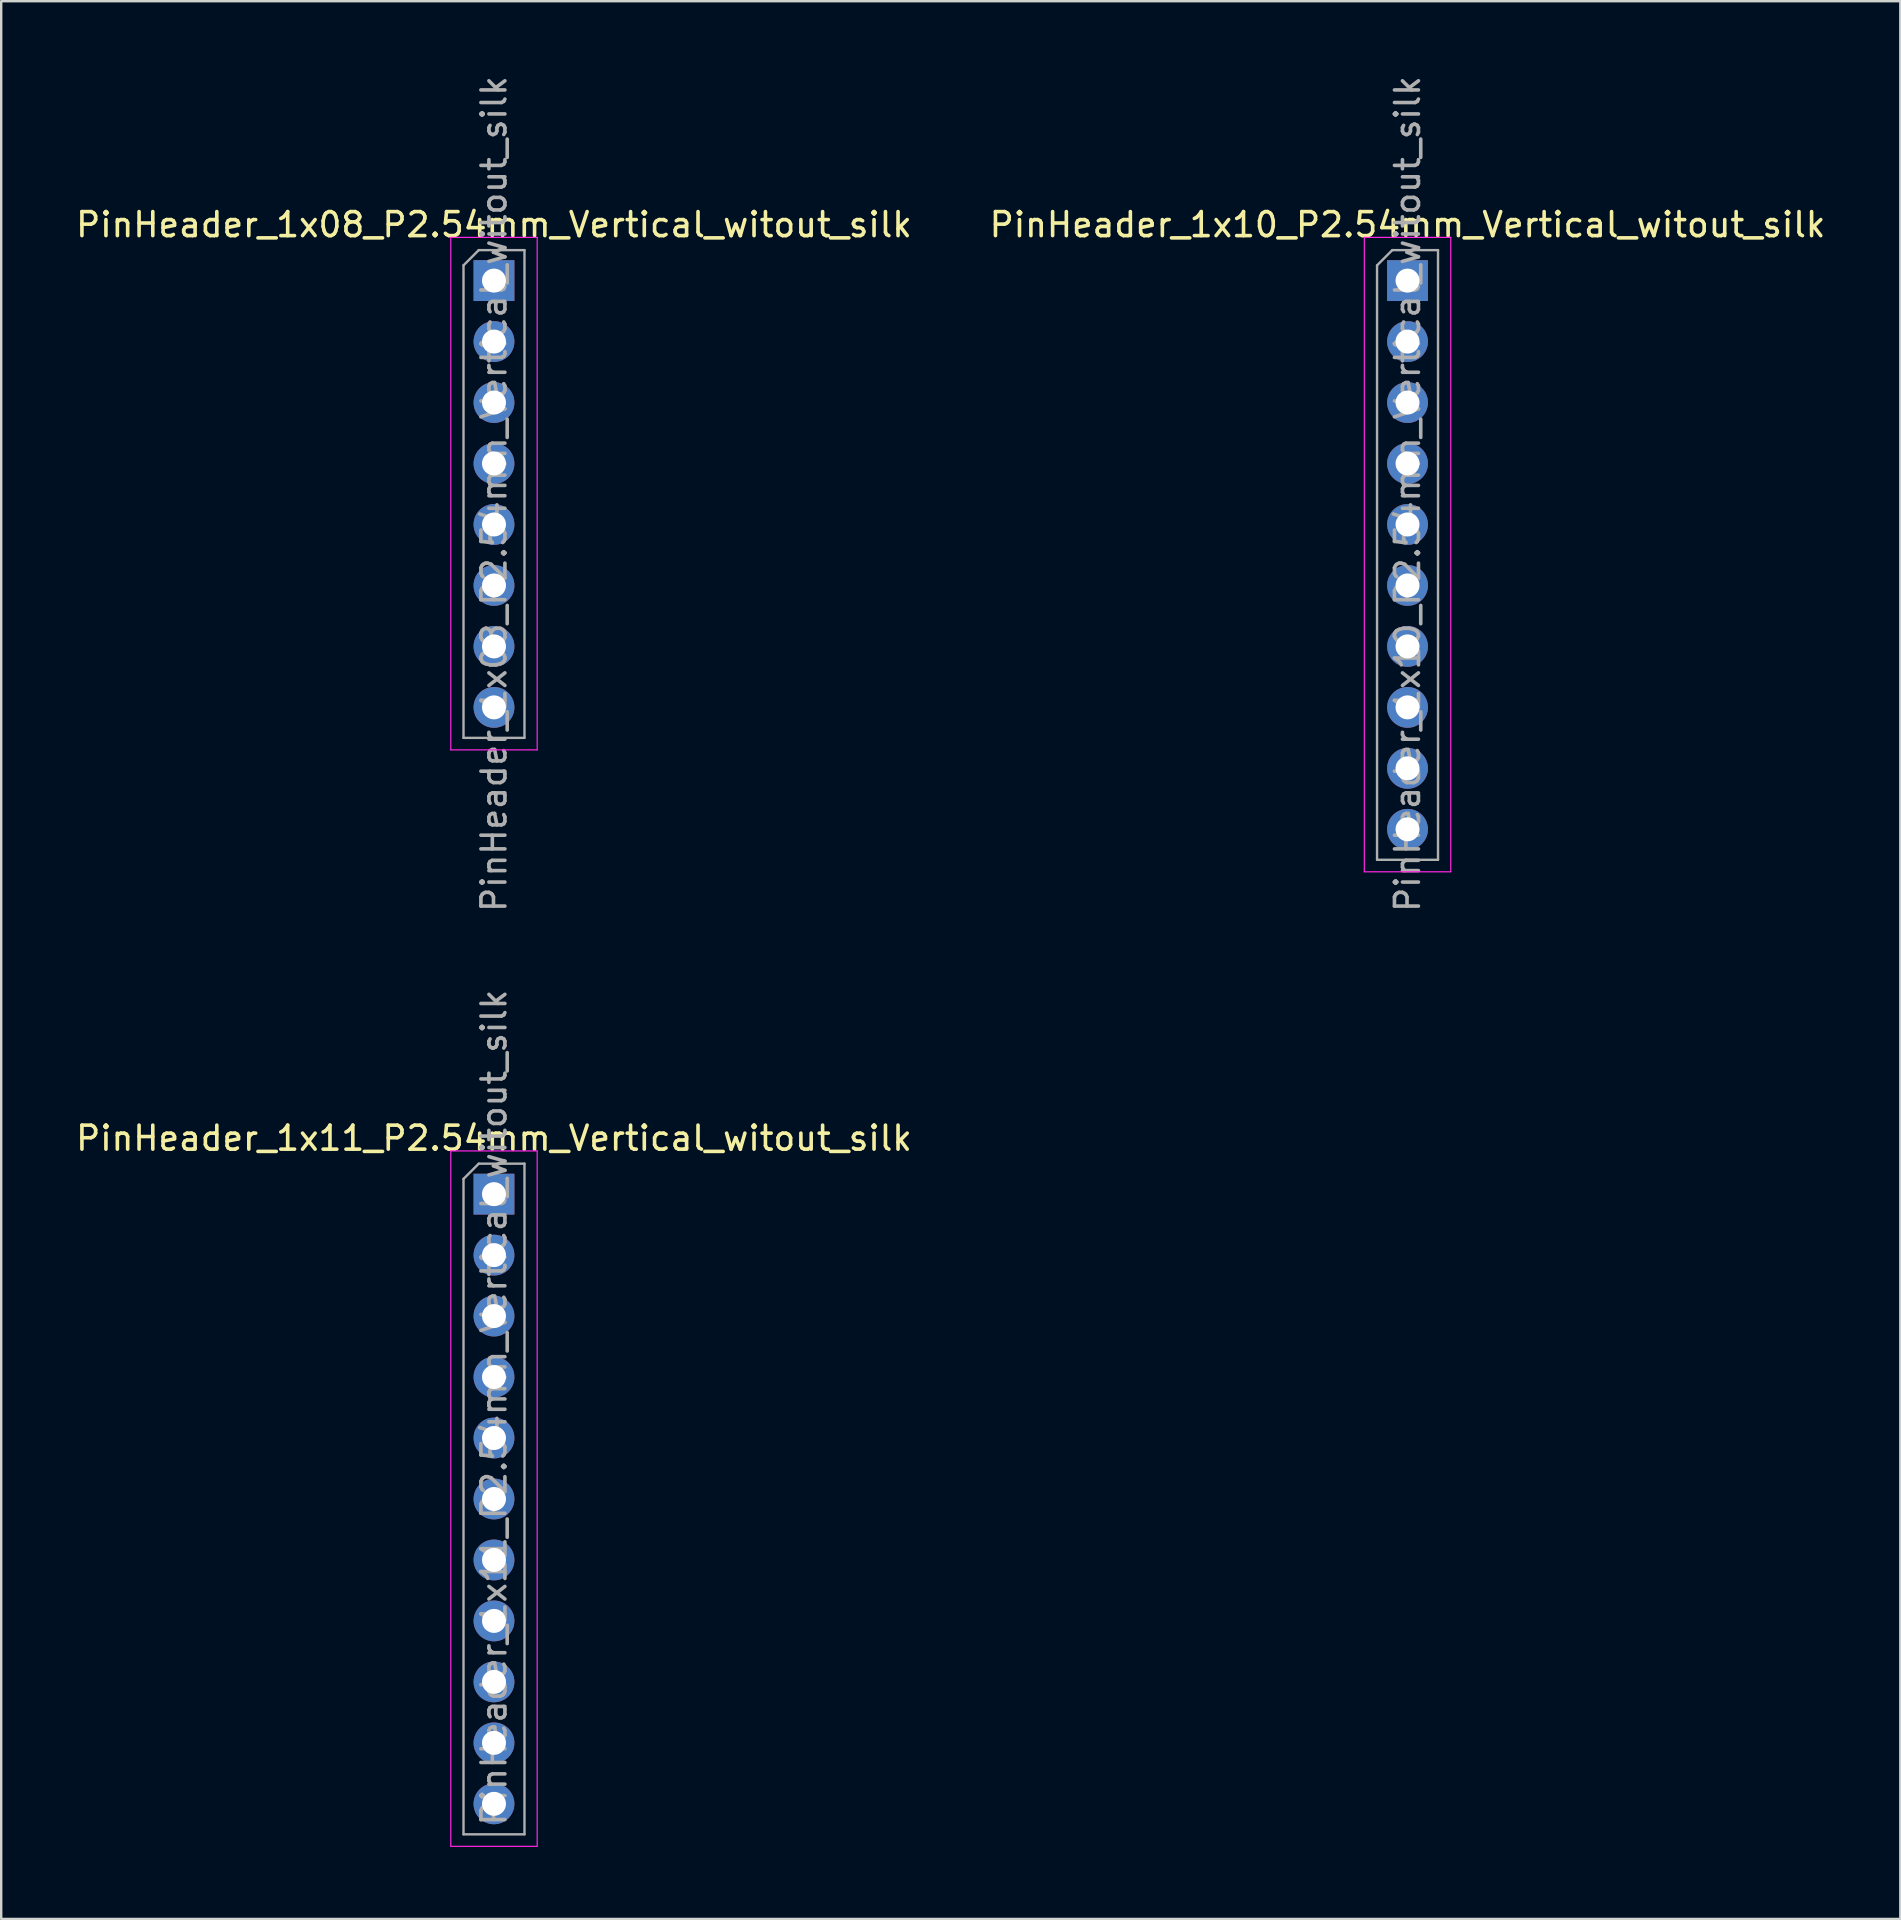
<source format=kicad_pcb>
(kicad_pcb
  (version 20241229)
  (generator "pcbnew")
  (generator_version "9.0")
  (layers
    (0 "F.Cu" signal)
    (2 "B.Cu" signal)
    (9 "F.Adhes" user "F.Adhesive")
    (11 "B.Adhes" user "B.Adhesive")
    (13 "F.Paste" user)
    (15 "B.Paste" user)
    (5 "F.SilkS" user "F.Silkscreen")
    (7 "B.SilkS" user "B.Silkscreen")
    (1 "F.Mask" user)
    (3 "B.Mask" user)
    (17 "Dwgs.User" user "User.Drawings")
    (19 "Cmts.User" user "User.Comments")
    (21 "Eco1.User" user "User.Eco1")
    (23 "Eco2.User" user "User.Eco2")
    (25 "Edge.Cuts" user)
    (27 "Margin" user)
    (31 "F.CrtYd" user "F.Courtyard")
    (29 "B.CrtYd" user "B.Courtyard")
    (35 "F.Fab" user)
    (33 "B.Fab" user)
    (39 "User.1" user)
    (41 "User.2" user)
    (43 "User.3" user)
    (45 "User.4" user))
  (footprint "PinHeader_1x11_P2.54mm_Vertical_witout_silk"
    (layer "F.Cu")
    (at 17.53 46.699)
    (property "Reference" "PinHeader_1x11_P2.54mm_Vertical_witout_silk" (at 0 -2.33 0) (layer "F.SilkS") (effects (font (size 1 1) (thickness 0.15))))
    (attr through_hole)
    (fp_line (start -1.8 -1.8) (end -1.8 27.17) (stroke (width 0.05) (type solid)) (layer "F.CrtYd"))
    (fp_line (start -1.8 27.17) (end 1.8 27.17) (stroke (width 0.05) (type solid)) (layer "F.CrtYd"))
    (fp_line (start 1.8 -1.8) (end -1.8 -1.8) (stroke (width 0.05) (type solid)) (layer "F.CrtYd"))
    (fp_line (start 1.8 27.17) (end 1.8 -1.8) (stroke (width 0.05) (type solid)) (layer "F.CrtYd"))
    (fp_line (start -1.27 -0.635) (end -0.635 -1.27) (stroke (width 0.1) (type solid)) (layer "F.Fab"))
    (fp_line (start -1.27 26.67) (end -1.27 -0.635) (stroke (width 0.1) (type solid)) (layer "F.Fab"))
    (fp_line (start -0.635 -1.27) (end 1.27 -1.27) (stroke (width 0.1) (type solid)) (layer "F.Fab"))
    (fp_line (start 1.27 -1.27) (end 1.27 26.67) (stroke (width 0.1) (type solid)) (layer "F.Fab"))
    (fp_line (start 1.27 26.67) (end -1.27 26.67) (stroke (width 0.1) (type solid)) (layer "F.Fab"))
    (fp_text user "${REFERENCE}" (at 0 8.89 90) (layer "F.Fab") (effects (font (size 1 1) (thickness 0.15))))
    (pad "1" thru_hole rect (at 0 0) (size 1.7 1.7) (drill 1) (layers "*.Cu" "*.Mask"))
    (pad "2" thru_hole oval (at 0 2.54) (size 1.7 1.7) (drill 1) (layers "*.Cu" "*.Mask"))
    (pad "3" thru_hole oval (at 0 5.08) (size 1.7 1.7) (drill 1) (layers "*.Cu" "*.Mask"))
    (pad "4" thru_hole oval (at 0 7.62) (size 1.7 1.7) (drill 1) (layers "*.Cu" "*.Mask"))
    (pad "5" thru_hole oval (at 0 10.16) (size 1.7 1.7) (drill 1) (layers "*.Cu" "*.Mask"))
    (pad "6" thru_hole oval (at 0 12.7) (size 1.7 1.7) (drill 1) (layers "*.Cu" "*.Mask"))
    (pad "7" thru_hole oval (at 0 15.24) (size 1.7 1.7) (drill 1) (layers "*.Cu" "*.Mask"))
    (pad "8" thru_hole oval (at 0 17.78) (size 1.7 1.7) (drill 1) (layers "*.Cu" "*.Mask"))
    (pad "9" thru_hole oval (at 0 20.32) (size 1.7 1.7) (drill 1) (layers "*.Cu" "*.Mask"))
    (pad "10" thru_hole oval (at 0 22.86) (size 1.7 1.7) (drill 1) (layers "*.Cu" "*.Mask"))
    (pad "11" thru_hole oval (at 0 25.4) (size 1.7 1.7) (drill 1) (layers "*.Cu" "*.Mask")))
  (footprint "PinHeader_1x08_P2.54mm_Vertical_witout_silk"
    (layer "F.Cu")
    (at 17.53 8.64)
    (property "Reference" "PinHeader_1x08_P2.54mm_Vertical_witout_silk" (at 0 -2.33 0) (layer "F.SilkS") (effects (font (size 1 1) (thickness 0.15))))
    (attr through_hole)
    (fp_line (start -1.8 -1.8) (end -1.8 19.55) (stroke (width 0.05) (type solid)) (layer "F.CrtYd"))
    (fp_line (start -1.8 19.55) (end 1.8 19.55) (stroke (width 0.05) (type solid)) (layer "F.CrtYd"))
    (fp_line (start 1.8 -1.8) (end -1.8 -1.8) (stroke (width 0.05) (type solid)) (layer "F.CrtYd"))
    (fp_line (start 1.8 19.55) (end 1.8 -1.8) (stroke (width 0.05) (type solid)) (layer "F.CrtYd"))
    (fp_line (start -1.27 -0.635) (end -0.635 -1.27) (stroke (width 0.1) (type solid)) (layer "F.Fab"))
    (fp_line (start -1.27 19.05) (end -1.27 -0.635) (stroke (width 0.1) (type solid)) (layer "F.Fab"))
    (fp_line (start -0.635 -1.27) (end 1.27 -1.27) (stroke (width 0.1) (type solid)) (layer "F.Fab"))
    (fp_line (start 1.27 -1.27) (end 1.27 19.05) (stroke (width 0.1) (type solid)) (layer "F.Fab"))
    (fp_line (start 1.27 19.05) (end -1.27 19.05) (stroke (width 0.1) (type solid)) (layer "F.Fab"))
    (fp_text user "${REFERENCE}" (at 0 8.89 90) (layer "F.Fab") (effects (font (size 1 1) (thickness 0.15))))
    (pad "1" thru_hole rect (at 0 0) (size 1.7 1.7) (drill 1) (layers "*.Cu" "*.Mask"))
    (pad "2" thru_hole oval (at 0 2.54) (size 1.7 1.7) (drill 1) (layers "*.Cu" "*.Mask"))
    (pad "3" thru_hole oval (at 0 5.08) (size 1.7 1.7) (drill 1) (layers "*.Cu" "*.Mask"))
    (pad "4" thru_hole oval (at 0 7.62) (size 1.7 1.7) (drill 1) (layers "*.Cu" "*.Mask"))
    (pad "5" thru_hole oval (at 0 10.16) (size 1.7 1.7) (drill 1) (layers "*.Cu" "*.Mask"))
    (pad "6" thru_hole oval (at 0 12.7) (size 1.7 1.7) (drill 1) (layers "*.Cu" "*.Mask"))
    (pad "7" thru_hole oval (at 0 15.24) (size 1.7 1.7) (drill 1) (layers "*.Cu" "*.Mask"))
    (pad "8" thru_hole oval (at 0 17.78) (size 1.7 1.7) (drill 1) (layers "*.Cu" "*.Mask")))
  (footprint "PinHeader_1x10_P2.54mm_Vertical_witout_silk"
    (layer "F.Cu")
    (at 55.589 8.64)
    (property "Reference" "PinHeader_1x10_P2.54mm_Vertical_witout_silk" (at 0 -2.33 0) (layer "F.SilkS") (effects (font (size 1 1) (thickness 0.15))))
    (attr through_hole)
    (fp_line (start -1.8 -1.8) (end -1.8 24.63) (stroke (width 0.05) (type solid)) (layer "F.CrtYd"))
    (fp_line (start -1.8 24.63) (end 1.8 24.63) (stroke (width 0.05) (type solid)) (layer "F.CrtYd"))
    (fp_line (start 1.8 -1.8) (end -1.8 -1.8) (stroke (width 0.05) (type solid)) (layer "F.CrtYd"))
    (fp_line (start 1.8 24.63) (end 1.8 -1.8) (stroke (width 0.05) (type solid)) (layer "F.CrtYd"))
    (fp_line (start -1.27 -0.635) (end -0.635 -1.27) (stroke (width 0.1) (type solid)) (layer "F.Fab"))
    (fp_line (start -1.27 24.13) (end -1.27 -0.635) (stroke (width 0.1) (type solid)) (layer "F.Fab"))
    (fp_line (start -0.635 -1.27) (end 1.27 -1.27) (stroke (width 0.1) (type solid)) (layer "F.Fab"))
    (fp_line (start 1.27 -1.27) (end 1.27 24.13) (stroke (width 0.1) (type solid)) (layer "F.Fab"))
    (fp_line (start 1.27 24.13) (end -1.27 24.13) (stroke (width 0.1) (type solid)) (layer "F.Fab"))
    (fp_text user "${REFERENCE}" (at 0 8.89 90) (layer "F.Fab") (effects (font (size 1 1) (thickness 0.15))))
    (pad "1" thru_hole rect (at 0 0) (size 1.7 1.7) (drill 1) (layers "*.Cu" "*.Mask"))
    (pad "2" thru_hole oval (at 0 2.54) (size 1.7 1.7) (drill 1) (layers "*.Cu" "*.Mask"))
    (pad "3" thru_hole oval (at 0 5.08) (size 1.7 1.7) (drill 1) (layers "*.Cu" "*.Mask"))
    (pad "4" thru_hole oval (at 0 7.62) (size 1.7 1.7) (drill 1) (layers "*.Cu" "*.Mask"))
    (pad "5" thru_hole oval (at 0 10.16) (size 1.7 1.7) (drill 1) (layers "*.Cu" "*.Mask"))
    (pad "6" thru_hole oval (at 0 12.7) (size 1.7 1.7) (drill 1) (layers "*.Cu" "*.Mask"))
    (pad "7" thru_hole oval (at 0 15.24) (size 1.7 1.7) (drill 1) (layers "*.Cu" "*.Mask"))
    (pad "8" thru_hole oval (at 0 17.78) (size 1.7 1.7) (drill 1) (layers "*.Cu" "*.Mask"))
    (pad "9" thru_hole oval (at 0 20.32) (size 1.7 1.7) (drill 1) (layers "*.Cu" "*.Mask"))
    (pad "10" thru_hole oval (at 0 22.86) (size 1.7 1.7) (drill 1) (layers "*.Cu" "*.Mask")))
  (gr_rect
    (start -3 -3)
    (end 76.119 76.894)
    (stroke (width 0.1) (type default))
    (fill no)
    (layer "Edge.Cuts")))
</source>
